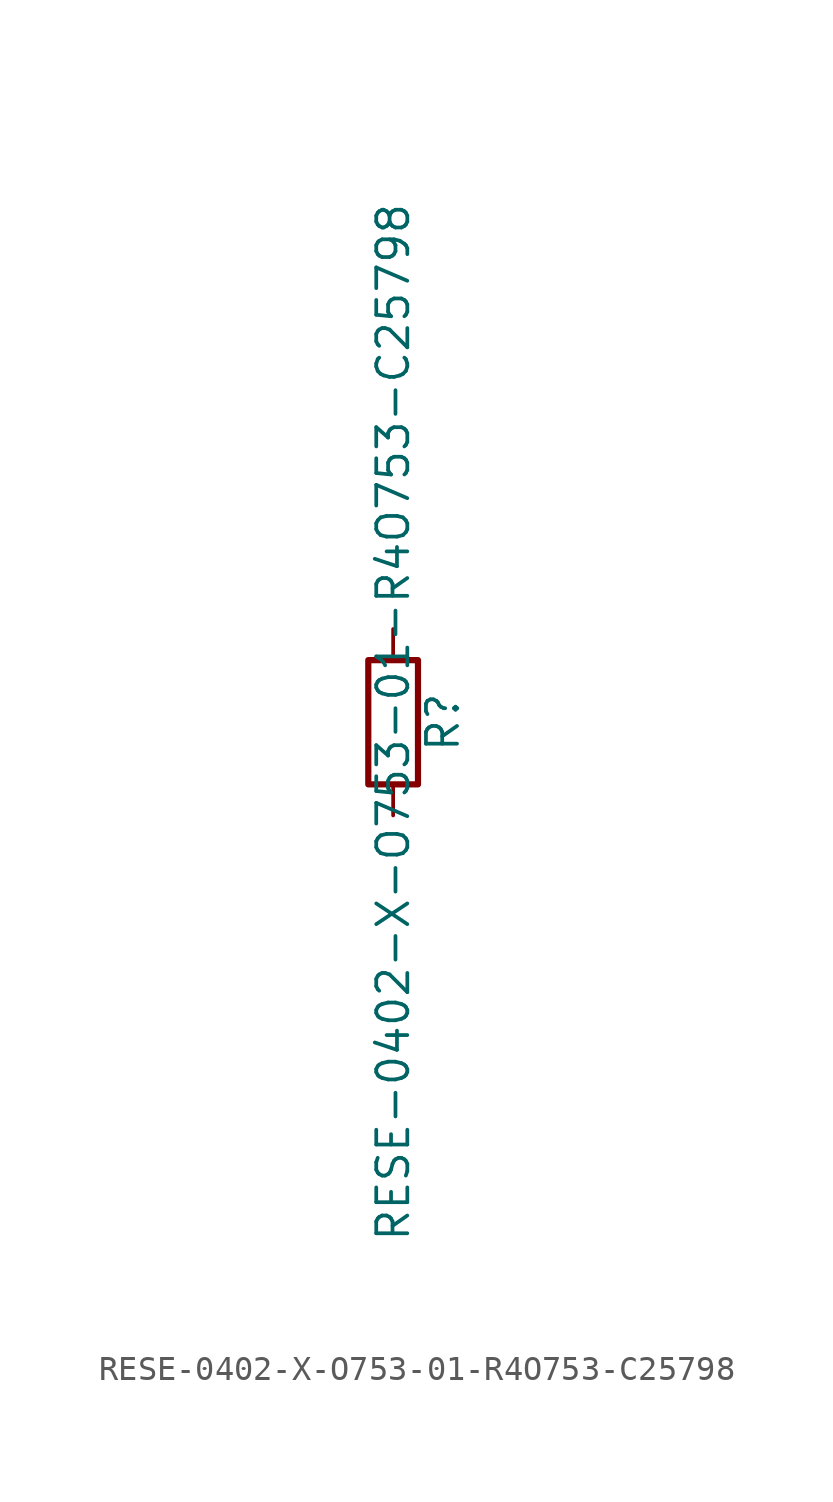
<source format=kicad_sym>
(kicad_symbol_lib
  (version 20211014)
  (generator kicad_symbol_editor)
  (symbol "RESE-0402-X-O753-01-R4O753-C25798"
    (pin_numbers hide)
    (pin_names
      (offset 0))
    (property "Reference" "R"
      (at 2.032 0 90)
      (effects (font (size 1.27 1.27))))
    (property "Value" "RESE-0402-X-O753-01-R4O753-C25798"
      (at 0 0 90)
      (effects (font (size 1.27 1.27))))
    (symbol "RESE-0402-X-O753-01-R4O753-C25798_0_1"
      (rectangle (start -1.016 -2.54) (end 1.016 2.54) (stroke (width 0.254) (type default) (color 0 0 0 0)) (fill (type none))))
    (symbol "RESE-0402-X-O753-01-R4O753-C25798_1_1"
      (pin passive line (at 0 3.81 270) (length 1.27) (name "~" (effects (font (size 1.27 1.27)))) (number "1" (effects (font (size 1.27 1.27)))))
      (pin passive line (at 0 -3.81 90) (length 1.27) (name "~" (effects (font (size 1.27 1.27)))) (number "2" (effects (font (size 1.27 1.27))))))))
</source>
